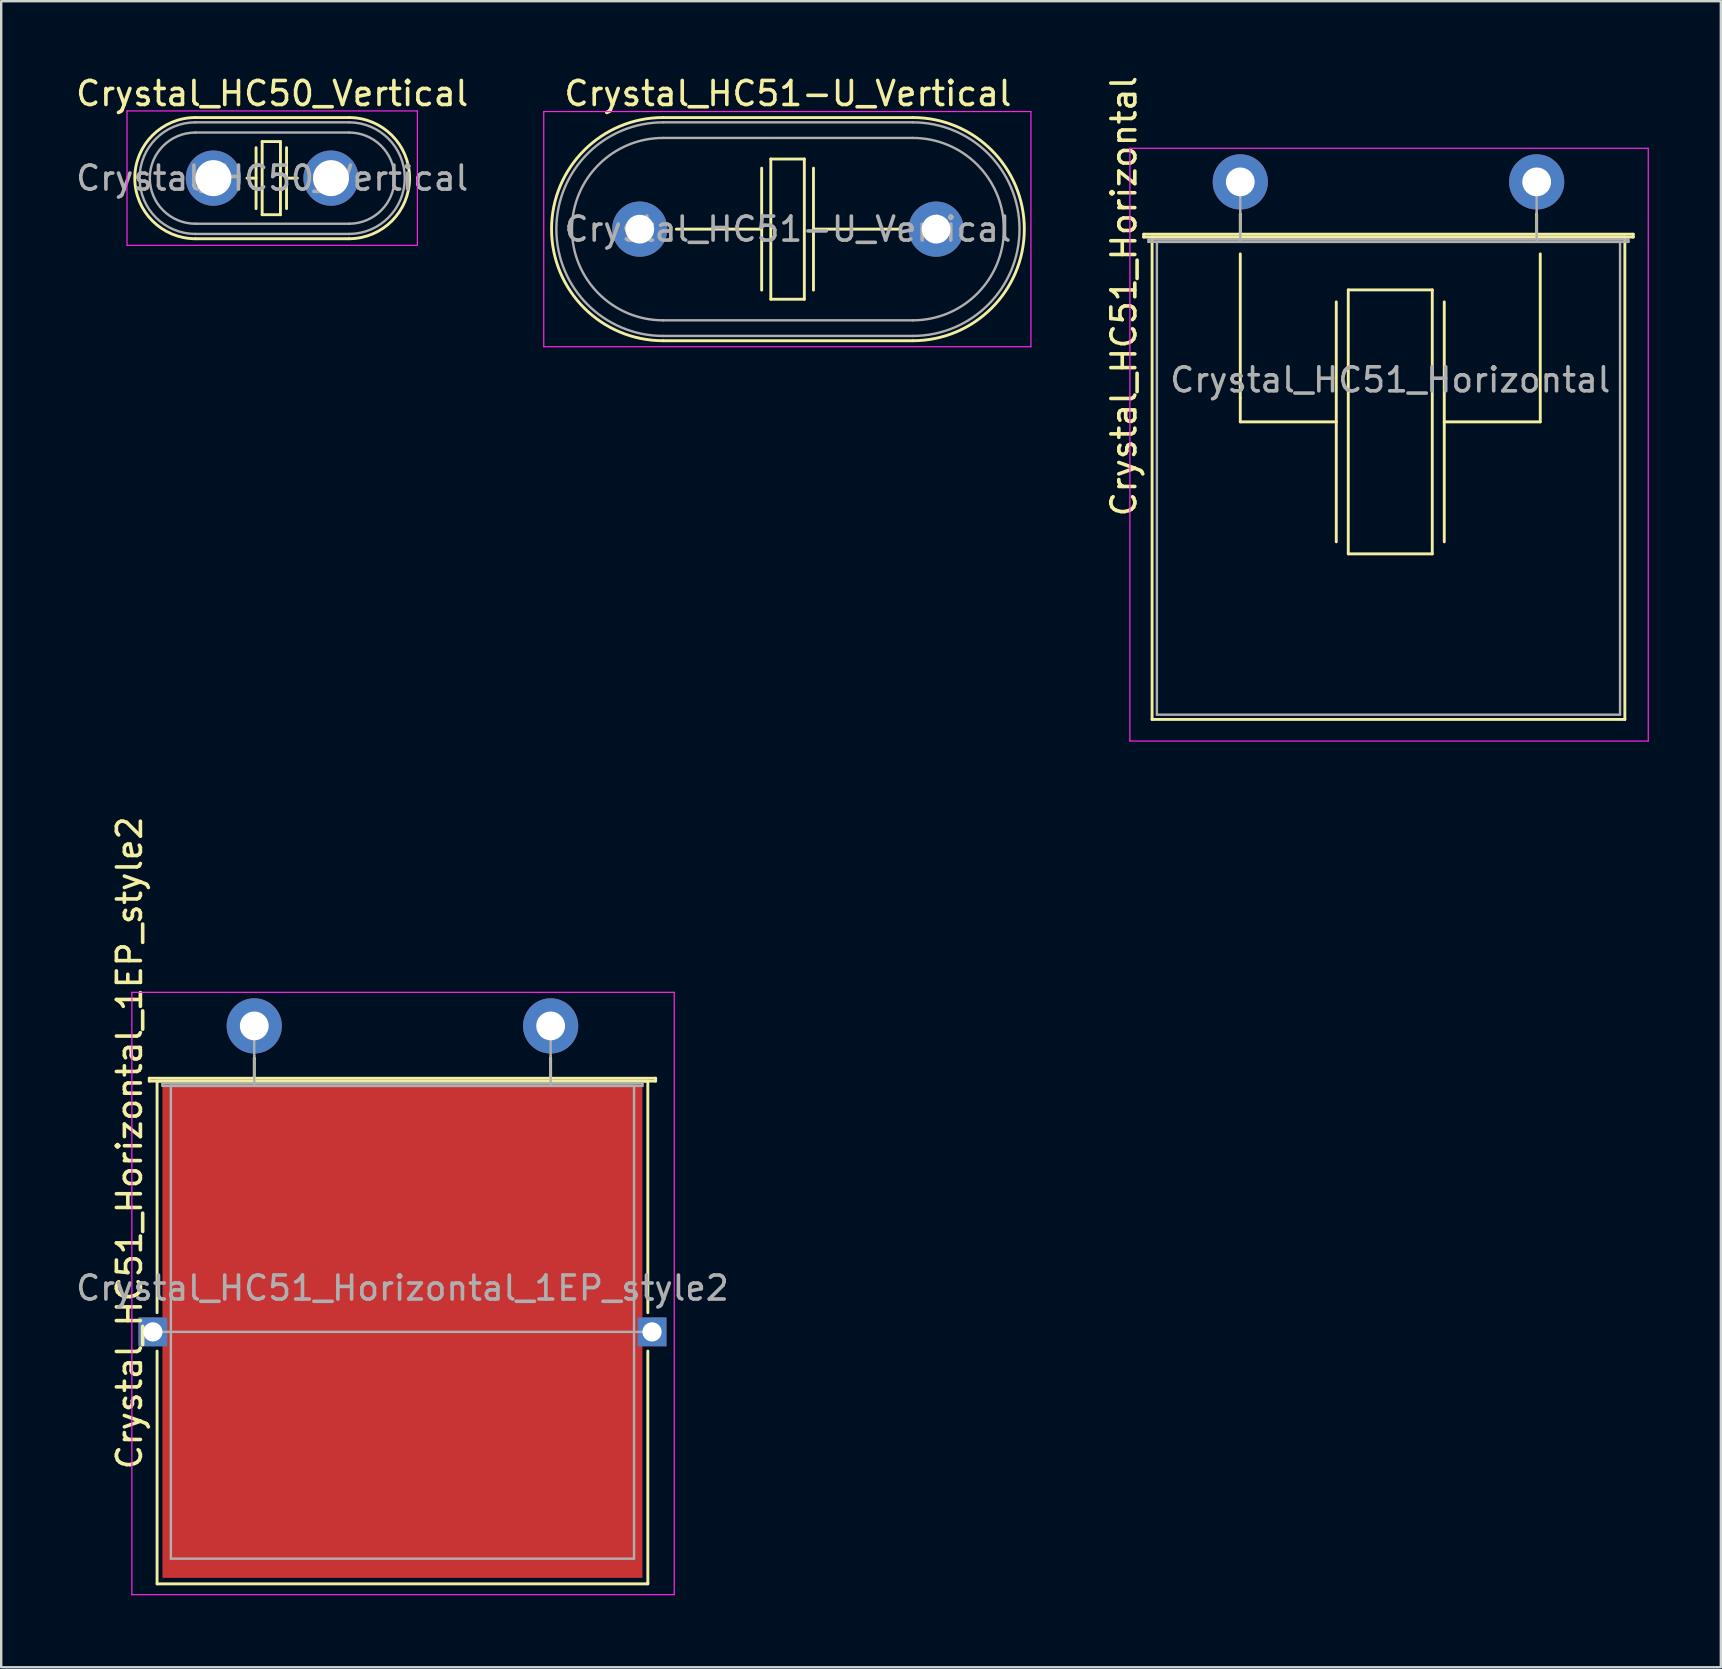
<source format=kicad_pcb>
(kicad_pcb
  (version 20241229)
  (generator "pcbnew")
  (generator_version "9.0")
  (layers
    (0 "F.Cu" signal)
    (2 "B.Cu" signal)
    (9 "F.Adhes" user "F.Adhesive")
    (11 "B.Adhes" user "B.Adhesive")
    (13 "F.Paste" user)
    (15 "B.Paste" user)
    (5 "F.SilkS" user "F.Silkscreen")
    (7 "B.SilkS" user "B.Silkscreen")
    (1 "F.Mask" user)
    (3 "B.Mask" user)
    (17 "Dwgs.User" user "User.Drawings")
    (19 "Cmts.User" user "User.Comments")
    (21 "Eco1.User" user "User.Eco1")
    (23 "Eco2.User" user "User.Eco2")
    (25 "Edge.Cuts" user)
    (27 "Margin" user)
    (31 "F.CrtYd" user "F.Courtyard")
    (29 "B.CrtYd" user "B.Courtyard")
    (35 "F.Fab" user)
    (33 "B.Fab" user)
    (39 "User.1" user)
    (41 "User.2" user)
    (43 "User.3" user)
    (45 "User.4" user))
  (footprint "Crystal_HC51_Horizontal_1EP_style2"
    (layer "F.Cu")
    (at 7.545 39.699)
    (property "Reference" "Crystal_HC51_Horizontal_1EP_style2" (at -5.2 4.875 90) (layer "F.SilkS") (effects (font (size 1 1) (thickness 0.15))))
    (attr through_hole)
    (fp_line (start -4.375 2.18) (end 16.725 2.18) (stroke (width 0.12) (type solid)) (layer "F.SilkS"))
    (fp_line (start -4.375 2.3) (end -4.375 2.18) (stroke (width 0.12) (type solid)) (layer "F.SilkS"))
    (fp_line (start -4.05 11.95) (end -4.05 2.3) (stroke (width 0.12) (type solid)) (layer "F.SilkS"))
    (fp_line (start -4.05 23.25) (end -4.05 13.55) (stroke (width 0.12) (type solid)) (layer "F.SilkS"))
    (fp_line (start -4.025 2.3) (end 16.375 2.3) (stroke (width 0.12) (type solid)) (layer "F.SilkS"))
    (fp_line (start 0 1.35) (end 0 1.35) (stroke (width 0.12) (type solid)) (layer "F.SilkS"))
    (fp_line (start 0 2.3) (end 0 1.35) (stroke (width 0.12) (type solid)) (layer "F.SilkS"))
    (fp_line (start 12.35 1.35) (end 12.35 1.35) (stroke (width 0.12) (type solid)) (layer "F.SilkS"))
    (fp_line (start 12.35 2.3) (end 12.35 1.35) (stroke (width 0.12) (type solid)) (layer "F.SilkS"))
    (fp_line (start 16.4 2.3) (end 16.4 11.95) (stroke (width 0.12) (type solid)) (layer "F.SilkS"))
    (fp_line (start 16.4 13.55) (end 16.4 23.2) (stroke (width 0.12) (type solid)) (layer "F.SilkS"))
    (fp_line (start 16.4 23.2) (end 16.4 23.25) (stroke (width 0.12) (type solid)) (layer "F.SilkS"))
    (fp_line (start 16.4 23.25) (end -4.05 23.25) (stroke (width 0.12) (type solid)) (layer "F.SilkS"))
    (fp_line (start 16.725 2.18) (end 16.725 2.3) (stroke (width 0.12) (type solid)) (layer "F.SilkS"))
    (fp_line (start 16.725 2.3) (end -4.375 2.3) (stroke (width 0.12) (type solid)) (layer "F.SilkS"))
    (fp_line (start -5.1 -1.4) (end -5.1 23.7) (stroke (width 0.05) (type solid)) (layer "F.CrtYd"))
    (fp_line (start -5.1 23.7) (end 17.5 23.7) (stroke (width 0.05) (type solid)) (layer "F.CrtYd"))
    (fp_line (start 17.5 -1.4) (end -5.1 -1.4) (stroke (width 0.05) (type solid)) (layer "F.CrtYd"))
    (fp_line (start 17.5 23.7) (end 17.5 -1.4) (stroke (width 0.05) (type solid)) (layer "F.CrtYd"))
    (fp_line (start -4.225 12.75) (end 16.575 12.75) (stroke (width 0.1) (type solid)) (layer "F.Fab"))
    (fp_line (start -3.825 2.4) (end 16.175 2.4) (stroke (width 0.1) (type solid)) (layer "F.Fab"))
    (fp_line (start -3.825 2.5) (end -3.825 2.4) (stroke (width 0.1) (type solid)) (layer "F.Fab"))
    (fp_line (start -3.475 2.5) (end -3.475 22.2) (stroke (width 0.1) (type solid)) (layer "F.Fab"))
    (fp_line (start -3.475 22.2) (end 15.825 22.2) (stroke (width 0.1) (type solid)) (layer "F.Fab"))
    (fp_line (start 0 1.25) (end 0 0) (stroke (width 0.1) (type solid)) (layer "F.Fab"))
    (fp_line (start 0 2.5) (end 0 1.25) (stroke (width 0.1) (type solid)) (layer "F.Fab"))
    (fp_line (start 12.35 1.25) (end 12.35 0) (stroke (width 0.1) (type solid)) (layer "F.Fab"))
    (fp_line (start 12.35 2.5) (end 12.35 1.25) (stroke (width 0.1) (type solid)) (layer "F.Fab"))
    (fp_line (start 15.825 2.5) (end -3.475 2.5) (stroke (width 0.1) (type solid)) (layer "F.Fab"))
    (fp_line (start 15.825 22.2) (end 15.825 2.5) (stroke (width 0.1) (type solid)) (layer "F.Fab"))
    (fp_line (start 16.175 2.4) (end 16.175 2.5) (stroke (width 0.1) (type solid)) (layer "F.Fab"))
    (fp_line (start 16.175 2.5) (end -3.825 2.5) (stroke (width 0.1) (type solid)) (layer "F.Fab"))
    (fp_text user "${REFERENCE}" (at 6.175 10.925 0) (layer "F.Fab") (effects (font (size 1 1) (thickness 0.15))))
    (pad "1" thru_hole circle (at 0 0) (size 2.3 2.3) (drill 1.2) (layers "*.Cu" "*.Mask"))
    (pad "2" thru_hole circle (at 12.35 0) (size 2.3 2.3) (drill 1.2) (layers "*.Cu" "*.Mask"))
    (pad "3" thru_hole rect (at -4.225 12.75) (size 1.2 1.2) (drill 0.8) (layers "*.Cu" "*.Mask"))
    (pad "3" smd rect (at 6.175 12.75) (size 20 20.5) (layers "F.Cu" "F.Mask" "F.Paste"))
    (pad "3" thru_hole rect (at 16.575 12.75) (size 1.2 1.2) (drill 0.8) (layers "*.Cu" "*.Mask")))
  (footprint "Crystal_HC51_Horizontal"
    (layer "F.Cu")
    (at 48.632 4.529)
    (property "Reference" "Crystal_HC51_Horizontal" (at -4.85 4.763 90) (layer "F.SilkS") (effects (font (size 1 1) (thickness 0.15))))
    (attr through_hole)
    (fp_line (start -4.025 2.18) (end 16.375 2.18) (stroke (width 0.12) (type solid)) (layer "F.SilkS"))
    (fp_line (start -4.025 2.3) (end -4.025 2.18) (stroke (width 0.12) (type solid)) (layer "F.SilkS"))
    (fp_line (start -3.675 2.3) (end -3.675 22.4) (stroke (width 0.12) (type solid)) (layer "F.SilkS"))
    (fp_line (start -3.675 22.4) (end 16.025 22.4) (stroke (width 0.12) (type solid)) (layer "F.SilkS"))
    (fp_line (start 0 1.35) (end 0 1.35) (stroke (width 0.12) (type solid)) (layer "F.SilkS"))
    (fp_line (start 0 2.3) (end 0 1.35) (stroke (width 0.12) (type solid)) (layer "F.SilkS"))
    (fp_line (start 0 3) (end 0 9) (stroke (width 0.12) (type solid)) (layer "F.SilkS"))
    (fp_line (start 0 9) (end 0 10) (stroke (width 0.12) (type solid)) (layer "F.SilkS"))
    (fp_line (start 0 10) (end 4 10) (stroke (width 0.12) (type solid)) (layer "F.SilkS"))
    (fp_line (start 4 10) (end 4 5) (stroke (width 0.12) (type solid)) (layer "F.SilkS"))
    (fp_line (start 4 15) (end 4 10) (stroke (width 0.12) (type solid)) (layer "F.SilkS"))
    (fp_line (start 4.5 4.5) (end 4.5 15.5) (stroke (width 0.12) (type solid)) (layer "F.SilkS"))
    (fp_line (start 4.5 15.5) (end 8 15.5) (stroke (width 0.12) (type solid)) (layer "F.SilkS"))
    (fp_line (start 8 4.5) (end 4.5 4.5) (stroke (width 0.12) (type solid)) (layer "F.SilkS"))
    (fp_line (start 8 15.5) (end 8 4.5) (stroke (width 0.12) (type solid)) (layer "F.SilkS"))
    (fp_line (start 8.5 5) (end 8.5 10) (stroke (width 0.12) (type solid)) (layer "F.SilkS"))
    (fp_line (start 8.5 10) (end 8.5 15) (stroke (width 0.12) (type solid)) (layer "F.SilkS"))
    (fp_line (start 12.35 1.35) (end 12.35 1.35) (stroke (width 0.12) (type solid)) (layer "F.SilkS"))
    (fp_line (start 12.35 2.3) (end 12.35 1.35) (stroke (width 0.12) (type solid)) (layer "F.SilkS"))
    (fp_line (start 12.5 3) (end 12.5 10) (stroke (width 0.12) (type solid)) (layer "F.SilkS"))
    (fp_line (start 12.5 10) (end 8.5 10) (stroke (width 0.12) (type solid)) (layer "F.SilkS"))
    (fp_line (start 16.025 2.3) (end -3.675 2.3) (stroke (width 0.12) (type solid)) (layer "F.SilkS"))
    (fp_line (start 16.025 22.4) (end 16.025 2.3) (stroke (width 0.12) (type solid)) (layer "F.SilkS"))
    (fp_line (start 16.375 2.18) (end 16.375 2.3) (stroke (width 0.12) (type solid)) (layer "F.SilkS"))
    (fp_line (start 16.375 2.3) (end -4.025 2.3) (stroke (width 0.12) (type solid)) (layer "F.SilkS"))
    (fp_line (start -4.6 -1.4) (end -4.6 23.3) (stroke (width 0.05) (type solid)) (layer "F.CrtYd"))
    (fp_line (start -4.6 23.3) (end 17 23.3) (stroke (width 0.05) (type solid)) (layer "F.CrtYd"))
    (fp_line (start 17 -1.4) (end -4.6 -1.4) (stroke (width 0.05) (type solid)) (layer "F.CrtYd"))
    (fp_line (start 17 23.3) (end 17 -1.4) (stroke (width 0.05) (type solid)) (layer "F.CrtYd"))
    (fp_line (start -3.825 2.4) (end 16.175 2.4) (stroke (width 0.1) (type solid)) (layer "F.Fab"))
    (fp_line (start -3.825 2.5) (end -3.825 2.4) (stroke (width 0.1) (type solid)) (layer "F.Fab"))
    (fp_line (start -3.475 2.5) (end -3.475 22.2) (stroke (width 0.1) (type solid)) (layer "F.Fab"))
    (fp_line (start -3.475 22.2) (end 15.825 22.2) (stroke (width 0.1) (type solid)) (layer "F.Fab"))
    (fp_line (start 0 1.25) (end 0 0) (stroke (width 0.1) (type solid)) (layer "F.Fab"))
    (fp_line (start 0 2.5) (end 0 1.25) (stroke (width 0.1) (type solid)) (layer "F.Fab"))
    (fp_line (start 12.35 1.25) (end 12.35 0) (stroke (width 0.1) (type solid)) (layer "F.Fab"))
    (fp_line (start 12.35 2.5) (end 12.35 1.25) (stroke (width 0.1) (type solid)) (layer "F.Fab"))
    (fp_line (start 15.825 2.5) (end -3.475 2.5) (stroke (width 0.1) (type solid)) (layer "F.Fab"))
    (fp_line (start 15.825 22.2) (end 15.825 2.5) (stroke (width 0.1) (type solid)) (layer "F.Fab"))
    (fp_line (start 16.175 2.4) (end 16.175 2.5) (stroke (width 0.1) (type solid)) (layer "F.Fab"))
    (fp_line (start 16.175 2.5) (end -3.825 2.5) (stroke (width 0.1) (type solid)) (layer "F.Fab"))
    (fp_text user "${REFERENCE}" (at 6.25 8.25 0) (layer "F.Fab") (effects (font (size 1 1) (thickness 0.15))))
    (pad "1" thru_hole circle (at 0 0) (size 2.3 2.3) (drill 1.2) (layers "*.Cu" "*.Mask"))
    (pad "2" thru_hole circle (at 12.35 0) (size 2.3 2.3) (drill 1.2) (layers "*.Cu" "*.Mask")))
  (footprint "Crystal_HC50_Vertical"
    (layer "F.Cu")
    (at 5.842 4.373)
    (property "Reference" "Crystal_HC50_Vertical" (at 2.45 -3.525 0) (layer "F.SilkS") (effects (font (size 1 1) (thickness 0.15))))
    (attr through_hole)
    (fp_line (start -0.75 -2.525) (end 5.65 -2.525) (stroke (width 0.12) (type solid)) (layer "F.SilkS"))
    (fp_line (start -0.75 2.525) (end 5.65 2.525) (stroke (width 0.12) (type solid)) (layer "F.SilkS"))
    (fp_line (start 1.4 0) (end 1.778 0) (stroke (width 0.12) (type solid)) (layer "F.SilkS"))
    (fp_line (start 1.778 -1.27) (end 1.778 1.27) (stroke (width 0.12) (type solid)) (layer "F.SilkS"))
    (fp_line (start 2.032 -1.524) (end 2.032 1.524) (stroke (width 0.12) (type solid)) (layer "F.SilkS"))
    (fp_line (start 2.032 1.524) (end 2.794 1.524) (stroke (width 0.12) (type solid)) (layer "F.SilkS"))
    (fp_line (start 2.794 -1.524) (end 2.032 -1.524) (stroke (width 0.12) (type solid)) (layer "F.SilkS"))
    (fp_line (start 2.794 1.524) (end 2.794 -1.524) (stroke (width 0.12) (type solid)) (layer "F.SilkS"))
    (fp_line (start 3.048 -1.27) (end 3.048 1.27) (stroke (width 0.12) (type solid)) (layer "F.SilkS"))
    (fp_line (start 3.5 0) (end 3.048 0) (stroke (width 0.12) (type solid)) (layer "F.SilkS"))
    (fp_arc (start -0.75 2.525) (mid -3.275 0) (end -0.75 -2.525) (stroke (width 0.12) (type solid)) (layer "F.SilkS"))
    (fp_arc (start 5.65 -2.525) (mid 8.175 0) (end 5.65 2.525) (stroke (width 0.12) (type solid)) (layer "F.SilkS"))
    (fp_line (start -3.6 -2.8) (end -3.6 2.8) (stroke (width 0.05) (type solid)) (layer "F.CrtYd"))
    (fp_line (start -3.6 2.8) (end 8.5 2.8) (stroke (width 0.05) (type solid)) (layer "F.CrtYd"))
    (fp_line (start 8.5 -2.8) (end -3.6 -2.8) (stroke (width 0.05) (type solid)) (layer "F.CrtYd"))
    (fp_line (start 8.5 2.8) (end 8.5 -2.8) (stroke (width 0.05) (type solid)) (layer "F.CrtYd"))
    (fp_line (start -0.75 -2.325) (end 5.65 -2.325) (stroke (width 0.1) (type solid)) (layer "F.Fab"))
    (fp_line (start -0.75 -1.9) (end 5.65 -1.9) (stroke (width 0.1) (type solid)) (layer "F.Fab"))
    (fp_line (start -0.75 1.9) (end 5.65 1.9) (stroke (width 0.1) (type solid)) (layer "F.Fab"))
    (fp_line (start -0.75 2.325) (end 5.65 2.325) (stroke (width 0.1) (type solid)) (layer "F.Fab"))
    (fp_arc (start -0.75 1.9) (mid -2.65 0) (end -0.75 -1.9) (stroke (width 0.1) (type solid)) (layer "F.Fab"))
    (fp_arc (start -0.75 2.325) (mid -3.075 0) (end -0.75 -2.325) (stroke (width 0.1) (type solid)) (layer "F.Fab"))
    (fp_arc (start 5.65 -2.325) (mid 7.975 0) (end 5.65 2.325) (stroke (width 0.1) (type solid)) (layer "F.Fab"))
    (fp_arc (start 5.65 -1.9) (mid 7.55 0) (end 5.65 1.9) (stroke (width 0.1) (type solid)) (layer "F.Fab"))
    (fp_text user "${REFERENCE}" (at 2.45 0 0) (layer "F.Fab") (effects (font (size 1 1) (thickness 0.15))))
    (pad "1" thru_hole circle (at 0 0) (size 2.3 2.3) (drill 1.5) (layers "*.Cu" "*.Mask"))
    (pad "2" thru_hole circle (at 4.9 0) (size 2.3 2.3) (drill 1.5) (layers "*.Cu" "*.Mask")))
  (footprint "Crystal_HC51-U_Vertical"
    (layer "F.Cu")
    (at 23.608 6.498)
    (property "Reference" "Crystal_HC51-U_Vertical" (at 6.175 -5.65 0) (layer "F.SilkS") (effects (font (size 1 1) (thickness 0.15))))
    (attr through_hole)
    (fp_line (start 0.975 -4.65) (end 11.375 -4.65) (stroke (width 0.12) (type solid)) (layer "F.SilkS"))
    (fp_line (start 0.975 4.65) (end 11.375 4.65) (stroke (width 0.12) (type solid)) (layer "F.SilkS"))
    (fp_line (start 1.524 0) (end 5.08 0) (stroke (width 0.12) (type solid)) (layer "F.SilkS"))
    (fp_line (start 5.08 0) (end 5.08 -2.54) (stroke (width 0.12) (type solid)) (layer "F.SilkS"))
    (fp_line (start 5.08 2.54) (end 5.08 0) (stroke (width 0.12) (type solid)) (layer "F.SilkS"))
    (fp_line (start 5.461 -2.921) (end 5.461 2.921) (stroke (width 0.12) (type solid)) (layer "F.SilkS"))
    (fp_line (start 5.461 2.921) (end 6.858 2.921) (stroke (width 0.12) (type solid)) (layer "F.SilkS"))
    (fp_line (start 6.858 -2.921) (end 5.461 -2.921) (stroke (width 0.12) (type solid)) (layer "F.SilkS"))
    (fp_line (start 6.858 2.921) (end 6.858 -2.921) (stroke (width 0.12) (type solid)) (layer "F.SilkS"))
    (fp_line (start 7.239 0) (end 7.239 -2.54) (stroke (width 0.12) (type solid)) (layer "F.SilkS"))
    (fp_line (start 7.239 0) (end 7.239 2.54) (stroke (width 0.12) (type solid)) (layer "F.SilkS"))
    (fp_line (start 7.239 0) (end 10.795 0) (stroke (width 0.12) (type solid)) (layer "F.SilkS"))
    (fp_arc (start 0.975 4.65) (mid -3.675 0) (end 0.975 -4.65) (stroke (width 0.12) (type solid)) (layer "F.SilkS"))
    (fp_arc (start 11.375 -4.65) (mid 16.025 0) (end 11.375 4.65) (stroke (width 0.12) (type solid)) (layer "F.SilkS"))
    (fp_line (start -4 -4.9) (end -4 4.9) (stroke (width 0.05) (type solid)) (layer "F.CrtYd"))
    (fp_line (start -4 4.9) (end 16.3 4.9) (stroke (width 0.05) (type solid)) (layer "F.CrtYd"))
    (fp_line (start 16.3 -4.9) (end -4 -4.9) (stroke (width 0.05) (type solid)) (layer "F.CrtYd"))
    (fp_line (start 16.3 4.9) (end 16.3 -4.9) (stroke (width 0.05) (type solid)) (layer "F.CrtYd"))
    (fp_line (start 0.975 -4.45) (end 11.375 -4.45) (stroke (width 0.1) (type solid)) (layer "F.Fab"))
    (fp_line (start 0.975 -3.8) (end 11.375 -3.8) (stroke (width 0.1) (type solid)) (layer "F.Fab"))
    (fp_line (start 0.975 3.8) (end 11.375 3.8) (stroke (width 0.1) (type solid)) (layer "F.Fab"))
    (fp_line (start 0.975 4.45) (end 11.375 4.45) (stroke (width 0.1) (type solid)) (layer "F.Fab"))
    (fp_arc (start 0.975 3.8) (mid -2.825 0) (end 0.975 -3.8) (stroke (width 0.1) (type solid)) (layer "F.Fab"))
    (fp_arc (start 0.975 4.45) (mid -3.475 0) (end 0.975 -4.45) (stroke (width 0.1) (type solid)) (layer "F.Fab"))
    (fp_arc (start 11.375 -4.45) (mid 15.825 0) (end 11.375 4.45) (stroke (width 0.1) (type solid)) (layer "F.Fab"))
    (fp_arc (start 11.375 -3.8) (mid 15.175 0) (end 11.375 3.8) (stroke (width 0.1) (type solid)) (layer "F.Fab"))
    (fp_text user "${REFERENCE}" (at 6.175 0 0) (layer "F.Fab") (effects (font (size 1 1) (thickness 0.15))))
    (pad "1" thru_hole circle (at 0 0) (size 2.3 2.3) (drill 1.2) (layers "*.Cu" "*.Mask"))
    (pad "2" thru_hole circle (at 12.35 0) (size 2.3 2.3) (drill 1.2) (layers "*.Cu" "*.Mask")))
  (gr_rect
    (start -3 -3)
    (end 68.657 66.424)
    (stroke (width 0.1) (type default))
    (fill no)
    (layer "Edge.Cuts")))
</source>
